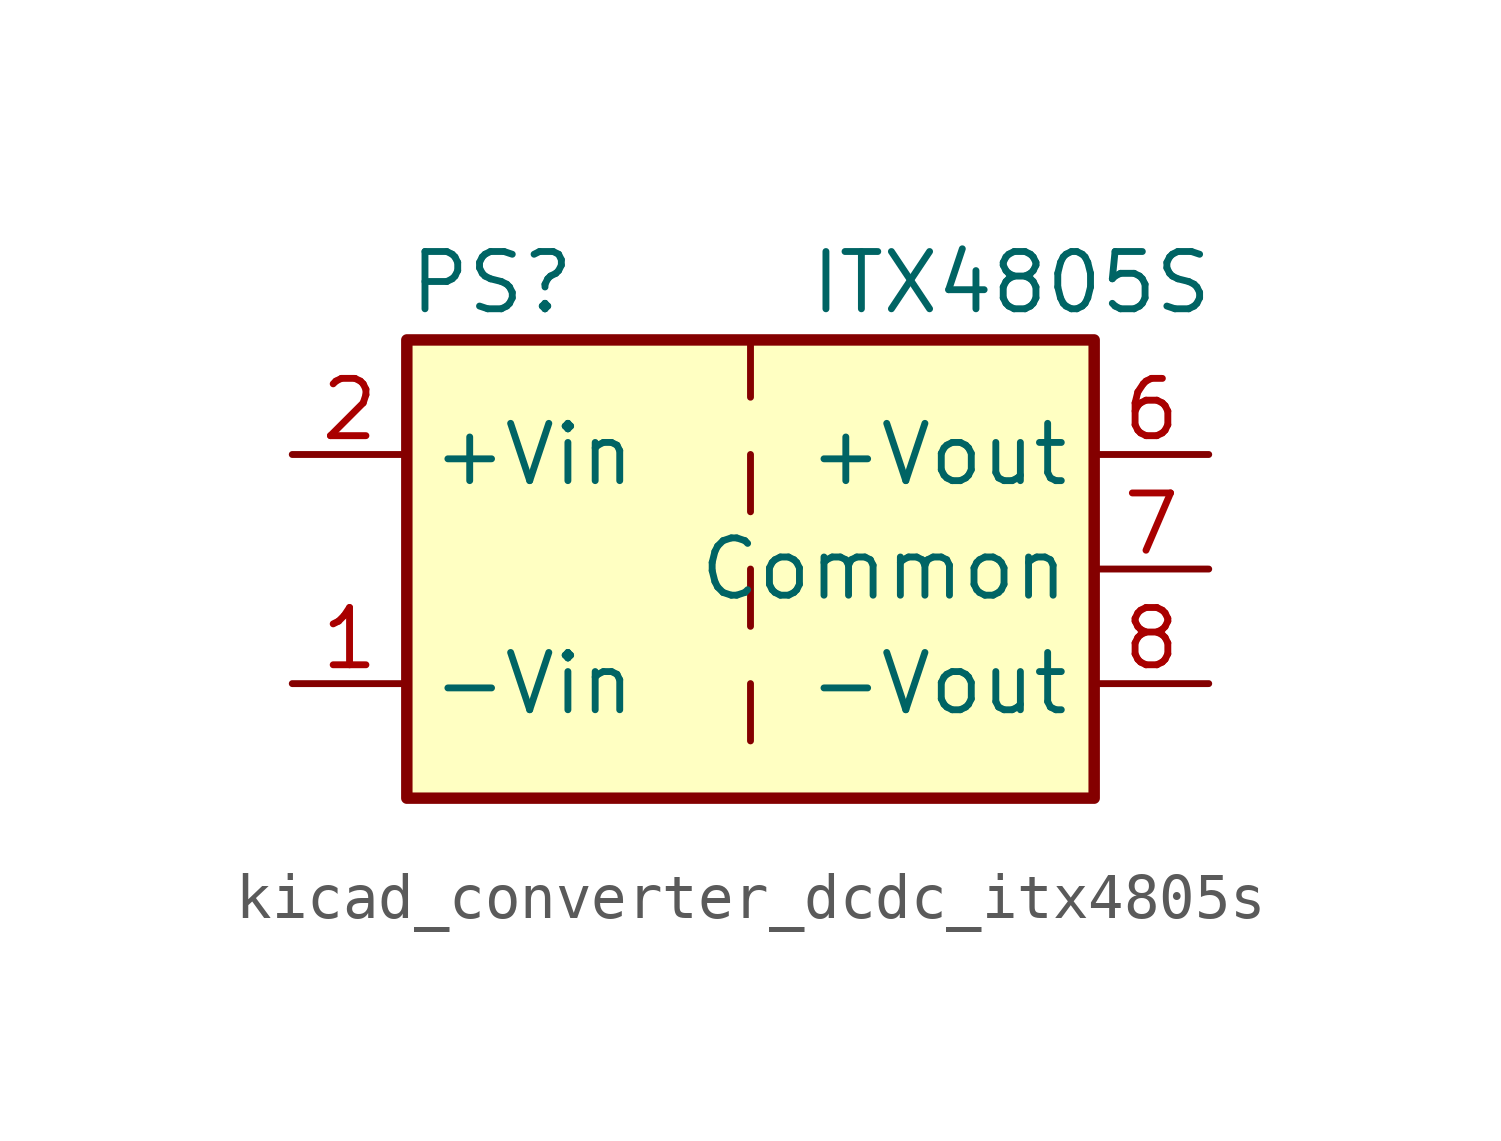
<source format=kicad_sym>
(kicad_symbol_lib
  (version 20220914)
  (generator kicad_symbol_editor)
  (symbol "kicad_converter_dcdc_itx4805s"
    (property "Reference" "PS"
      (at -7.62 6.35 0)
      (effects (font (size 1.27 1.27)) (justify left)))
    (property "Value" "ITX4805S"
      (at 1.27 6.35 0)
      (effects (font (size 1.27 1.27)) (justify left)))
    (symbol "kicad_converter_dcdc_itx4805s_0_0"
      (pin power_in line (at -10.16 -2.54 0) (length 2.54) (name "-Vin" (effects (font (size 1.27 1.27)))) (number "1" (effects (font (size 1.27 1.27)))))
      (pin power_in line (at -10.16 2.54 0) (length 2.54) (name "+Vin" (effects (font (size 1.27 1.27)))) (number "2" (effects (font (size 1.27 1.27)))))
      (pin no_connect line (at 0 -5.08 90) (length 2.54) hide (name "NC" (effects (font (size 1.27 1.27)))) (number "3" (effects (font (size 1.27 1.27)))))
      (pin no_connect line (at 0 5.08 270) (length 2.54) hide (name "NC" (effects (font (size 1.27 1.27)))) (number "5" (effects (font (size 1.27 1.27)))))
      (pin power_out line (at 10.16 2.54 180) (length 2.54) (name "+Vout" (effects (font (size 1.27 1.27)))) (number "6" (effects (font (size 1.27 1.27)))))
      (pin power_out line (at 10.16 0 180) (length 2.54) (name "Common" (effects (font (size 1.27 1.27)))) (number "7" (effects (font (size 1.27 1.27)))))
      (pin power_out line (at 10.16 -2.54 180) (length 2.54) (name "-Vout" (effects (font (size 1.27 1.27)))) (number "8" (effects (font (size 1.27 1.27))))))
    (symbol "kicad_converter_dcdc_itx4805s_0_1"
      (rectangle (start -7.62 5.08) (end 7.62 -5.08) (stroke (width 0.254) (type default)) (fill (type background)))
      (polyline (pts (xy 0 -2.54) (xy 0 -3.81)) (stroke (width 0) (type default)) (fill (type none)))
      (polyline (pts (xy 0 0) (xy 0 -1.27)) (stroke (width 0) (type default)) (fill (type none)))
      (polyline (pts (xy 0 2.54) (xy 0 1.27)) (stroke (width 0) (type default)) (fill (type none)))
      (polyline (pts (xy 0 5.08) (xy 0 3.81)) (stroke (width 0) (type default)) (fill (type none))))))
</source>
